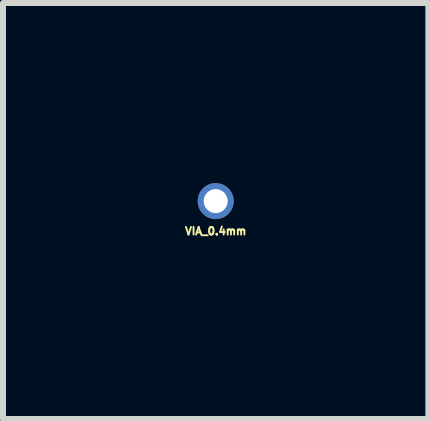
<source format=kicad_pcb>
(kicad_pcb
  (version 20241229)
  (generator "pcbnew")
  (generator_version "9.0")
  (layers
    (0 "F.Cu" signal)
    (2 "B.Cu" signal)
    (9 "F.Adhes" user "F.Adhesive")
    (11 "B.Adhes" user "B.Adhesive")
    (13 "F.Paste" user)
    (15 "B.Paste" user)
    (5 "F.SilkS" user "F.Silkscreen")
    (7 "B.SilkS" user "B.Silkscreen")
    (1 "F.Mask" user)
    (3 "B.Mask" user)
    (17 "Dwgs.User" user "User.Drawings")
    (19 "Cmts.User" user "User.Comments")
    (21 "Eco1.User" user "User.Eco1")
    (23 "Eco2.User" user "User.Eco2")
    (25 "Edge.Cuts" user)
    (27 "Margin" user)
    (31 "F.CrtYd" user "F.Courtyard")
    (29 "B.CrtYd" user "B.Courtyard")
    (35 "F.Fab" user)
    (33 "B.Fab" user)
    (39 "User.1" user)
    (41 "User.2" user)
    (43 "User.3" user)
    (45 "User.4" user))
  (footprint "VIA_0.4mm"
    (layer "F.Cu")
    (at 0.543 0.3)
    (property "Reference" "VIA_0.4mm" (at 0 0.5 0) (layer "F.SilkS") (effects (font (size 0.127 0.127) (thickness 0.032))))
    (attr through_hole)
    (pad "1" thru_hole circle (at 0 0) (size 0.6 0.6) (drill 0.4) (layers "*.Cu")))
  (gr_rect
    (start -3 -3)
    (end 4.086 3.93)
    (stroke (width 0.1) (type default))
    (fill no)
    (layer "Edge.Cuts")))
</source>
